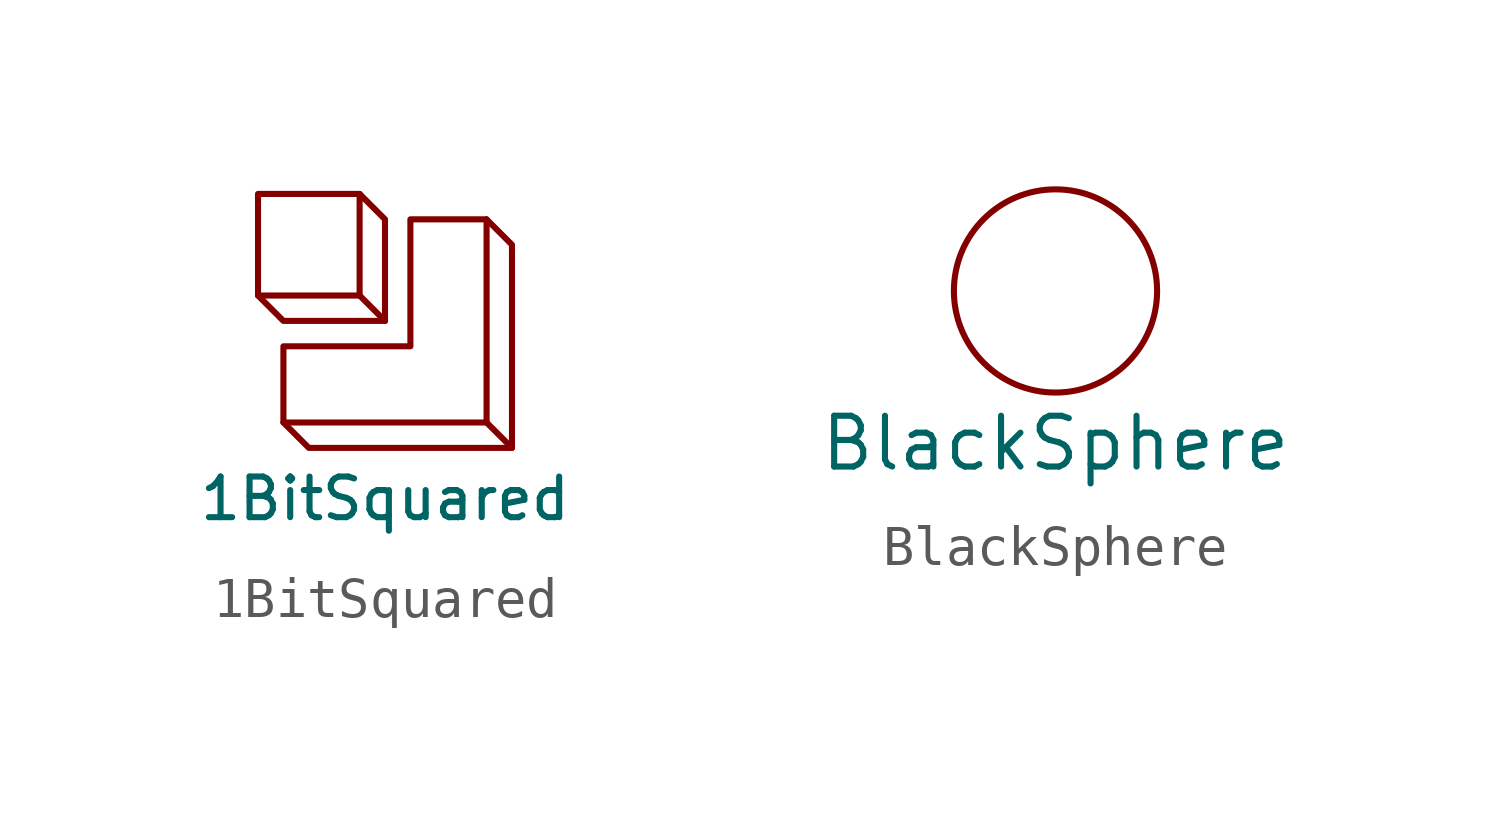
<source format=kicad_sym>
(kicad_symbol_lib
  (version 20211014)
  (generator kicad_symbol_editor)
  (symbol "1BitSquared"
    (pin_names
      (offset 1.016))
    (property "Reference" "LOGO"
      (at 5.08 0.635 90)
      (effects (font (size 1.27 1.27)) hide))
    (property "Value" "1BitSquared"
      (at 0 -4.445 0)
      (effects (font (size 1.016 1.016))))
    (symbol "1BitSquared_0_1"
      (rectangle (start -0.635 0.635) (end -3.175 3.175) (stroke (width 0) (type default) (color 0 0 0 0)) (fill (type none)))
      (polyline (pts (xy -3.175 0.635) (xy -2.54 0) (xy 0 0)) (stroke (width 0) (type default) (color 0 0 0 0)) (fill (type none)))
      (polyline (pts (xy -2.54 -2.54) (xy -1.905 -3.175) (xy 3.175 -3.175)) (stroke (width 0) (type default) (color 0 0 0 0)) (fill (type none)))
      (polyline (pts (xy -0.635 3.175) (xy 0 2.54) (xy 0 0) (xy -0.635 0.635)) (stroke (width 0) (type default) (color 0 0 0 0)) (fill (type none)))
      (polyline (pts (xy 2.54 2.54) (xy 3.175 1.905) (xy 3.175 -3.175) (xy 2.54 -2.54)) (stroke (width 0) (type default) (color 0 0 0 0)) (fill (type none)))
      (polyline (pts (xy 0.635 2.54) (xy 2.54 2.54) (xy 2.54 -2.54) (xy -2.54 -2.54) (xy -2.54 -0.635) (xy 0.635 -0.635) (xy 0.635 2.54)) (stroke (width 0) (type default) (color 0 0 0 0)) (fill (type none)))))
  (symbol "BlackSphere"
    (pin_names
      (offset 1.016))
    (property "Reference" "LOGO"
      (at 0 0 0)
      (effects (font (size 1.27 1.27)) hide))
    (property "Value" "BlackSphere"
      (at 0 -3.81 0)
      (effects (font (size 1.27 1.27))))
    (symbol "BlackSphere_0_1"
      (circle (center 0 0) (radius 2.54) (stroke (width 0) (type default) (color 0 0 0 0)) (fill (type none))))))
</source>
